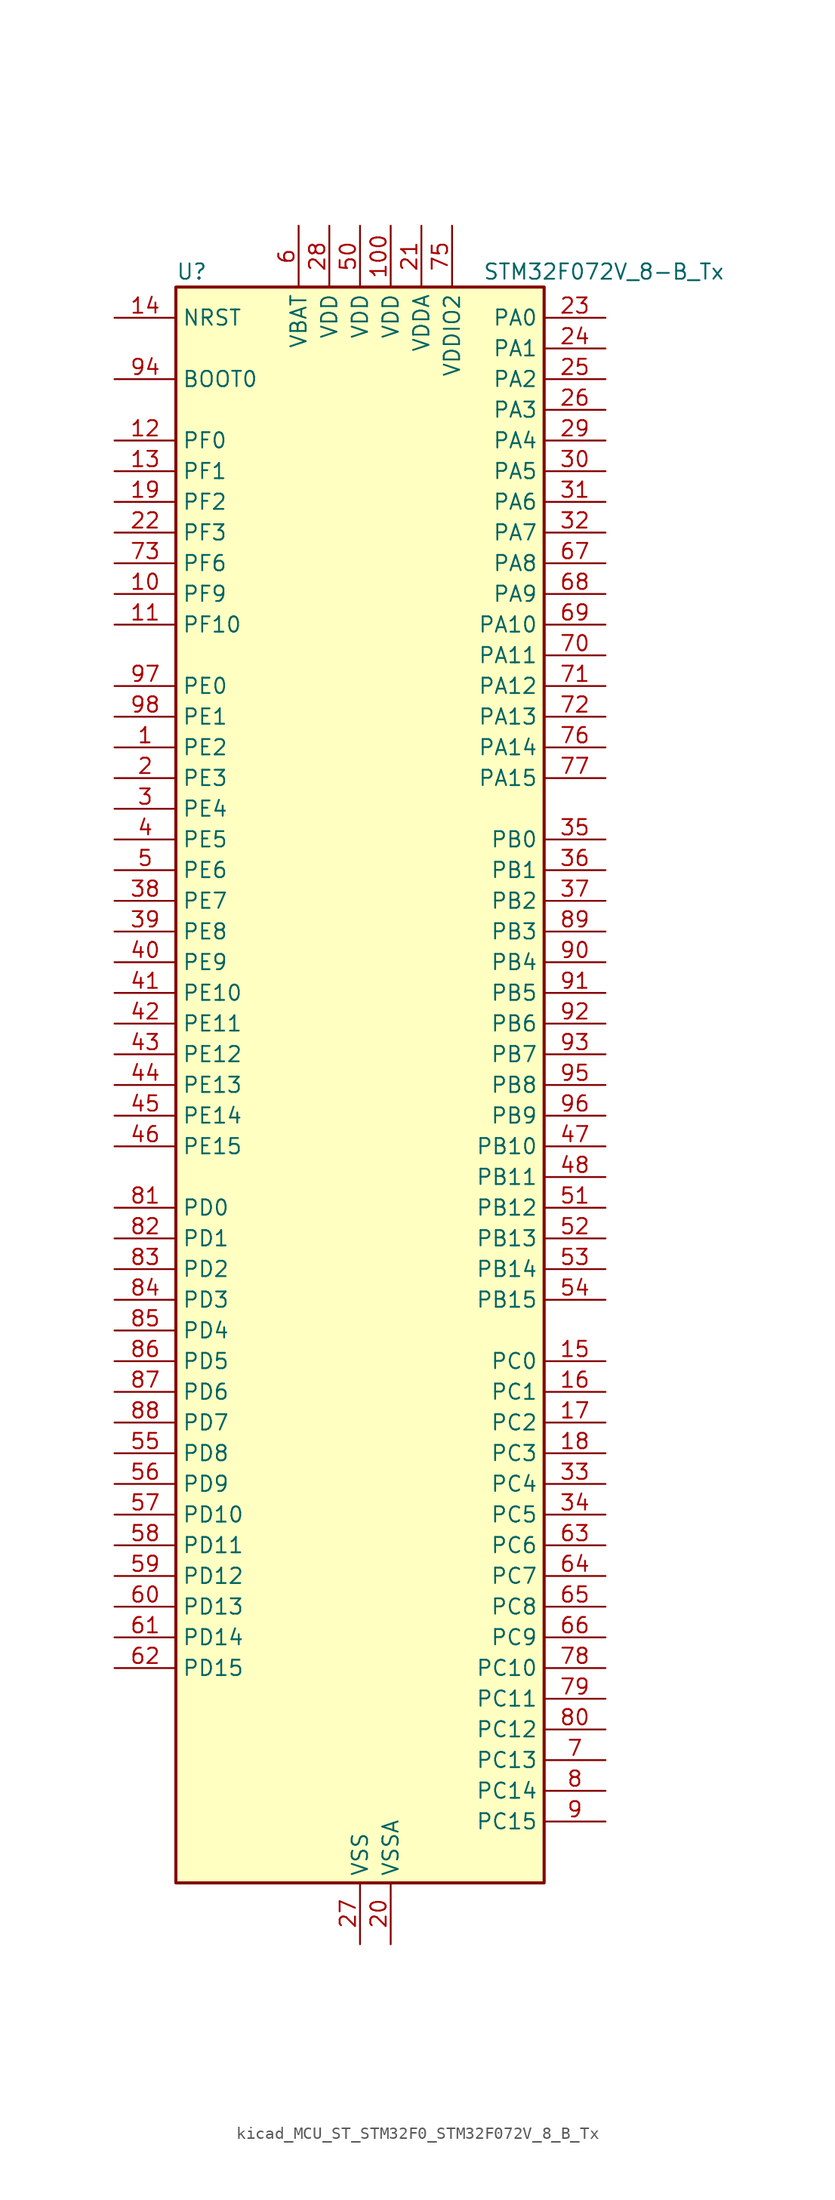
<source format=kicad_sym>
(kicad_symbol_lib
  (version 20220914)
  (generator kicad_symbol_editor)
  (symbol "kicad_MCU_ST_STM32F0_STM32F072V_8_B_Tx"
    (property "Reference" "U"
      (at -15.24 67.31 0)
      (effects (font (size 1.27 1.27)) (justify left)))
    (property "Value" "STM32F072V_8-B_Tx"
      (at 10.16 67.31 0)
      (effects (font (size 1.27 1.27)) (justify left)))
    (property "ki_locked" ""
      (at 0 0 0)
      (effects (font (size 1.27 1.27))))
    (symbol "kicad_MCU_ST_STM32F0_STM32F072V_8_B_Tx_0_1"
      (rectangle (start -15.24 -66.04) (end 15.24 66.04) (stroke (width 0.254) (type default)) (fill (type background))))
    (symbol "kicad_MCU_ST_STM32F0_STM32F072V_8_B_Tx_1_1"
      (pin bidirectional line (at -20.32 27.94 0) (length 5.08) (name "PE2" (effects (font (size 1.27 1.27)))) (number "1" (effects (font (size 1.27 1.27)))) (alternate "TIM3_ETR" bidirectional line) (alternate "TSC_G7_IO1" bidirectional line))
      (pin bidirectional line (at -20.32 40.64 0) (length 5.08) (name "PF9" (effects (font (size 1.27 1.27)))) (number "10" (effects (font (size 1.27 1.27)))) (alternate "DAC_EXTI9" bidirectional line) (alternate "TIM15_CH1" bidirectional line))
      (pin power_in line (at 2.54 71.12 270) (length 5.08) (name "VDD" (effects (font (size 1.27 1.27)))) (number "100" (effects (font (size 1.27 1.27)))))
      (pin bidirectional line (at -20.32 38.1 0) (length 5.08) (name "PF10" (effects (font (size 1.27 1.27)))) (number "11" (effects (font (size 1.27 1.27)))) (alternate "TIM15_CH2" bidirectional line))
      (pin bidirectional line (at -20.32 53.34 0) (length 5.08) (name "PF0" (effects (font (size 1.27 1.27)))) (number "12" (effects (font (size 1.27 1.27)))) (alternate "CRS_SYNC" bidirectional line) (alternate "RCC_OSC_IN" bidirectional line))
      (pin bidirectional line (at -20.32 50.8 0) (length 5.08) (name "PF1" (effects (font (size 1.27 1.27)))) (number "13" (effects (font (size 1.27 1.27)))) (alternate "RCC_OSC_OUT" bidirectional line))
      (pin input line (at -20.32 63.5 0) (length 5.08) (name "NRST" (effects (font (size 1.27 1.27)))) (number "14" (effects (font (size 1.27 1.27)))))
      (pin bidirectional line (at 20.32 -22.86 180) (length 5.08) (name "PC0" (effects (font (size 1.27 1.27)))) (number "15" (effects (font (size 1.27 1.27)))) (alternate "ADC_IN10" bidirectional line))
      (pin bidirectional line (at 20.32 -25.4 180) (length 5.08) (name "PC1" (effects (font (size 1.27 1.27)))) (number "16" (effects (font (size 1.27 1.27)))) (alternate "ADC_IN11" bidirectional line))
      (pin bidirectional line (at 20.32 -27.94 180) (length 5.08) (name "PC2" (effects (font (size 1.27 1.27)))) (number "17" (effects (font (size 1.27 1.27)))) (alternate "ADC_IN12" bidirectional line) (alternate "I2S2_MCK" bidirectional line) (alternate "SPI2_MISO" bidirectional line))
      (pin bidirectional line (at 20.32 -30.48 180) (length 5.08) (name "PC3" (effects (font (size 1.27 1.27)))) (number "18" (effects (font (size 1.27 1.27)))) (alternate "ADC_IN13" bidirectional line) (alternate "I2S2_SD" bidirectional line) (alternate "SPI2_MOSI" bidirectional line))
      (pin bidirectional line (at -20.32 48.26 0) (length 5.08) (name "PF2" (effects (font (size 1.27 1.27)))) (number "19" (effects (font (size 1.27 1.27)))) (alternate "SYS_WKUP8" bidirectional line))
      (pin bidirectional line (at -20.32 25.4 0) (length 5.08) (name "PE3" (effects (font (size 1.27 1.27)))) (number "2" (effects (font (size 1.27 1.27)))) (alternate "TIM3_CH1" bidirectional line) (alternate "TSC_G7_IO2" bidirectional line))
      (pin power_in line (at 2.54 -71.12 90) (length 5.08) (name "VSSA" (effects (font (size 1.27 1.27)))) (number "20" (effects (font (size 1.27 1.27)))))
      (pin power_in line (at 5.08 71.12 270) (length 5.08) (name "VDDA" (effects (font (size 1.27 1.27)))) (number "21" (effects (font (size 1.27 1.27)))))
      (pin bidirectional line (at -20.32 45.72 0) (length 5.08) (name "PF3" (effects (font (size 1.27 1.27)))) (number "22" (effects (font (size 1.27 1.27)))))
      (pin bidirectional line (at 20.32 63.5 180) (length 5.08) (name "PA0" (effects (font (size 1.27 1.27)))) (number "23" (effects (font (size 1.27 1.27)))) (alternate "ADC_IN0" bidirectional line) (alternate "COMP1_INM" bidirectional line) (alternate "COMP1_OUT" bidirectional line) (alternate "RTC_TAMP2" bidirectional line) (alternate "SYS_WKUP1" bidirectional line) (alternate "TIM2_CH1" bidirectional line) (alternate "TIM2_ETR" bidirectional line) (alternate "TSC_G1_IO1" bidirectional line) (alternate "USART2_CTS" bidirectional line) (alternate "USART4_TX" bidirectional line))
      (pin bidirectional line (at 20.32 60.96 180) (length 5.08) (name "PA1" (effects (font (size 1.27 1.27)))) (number "24" (effects (font (size 1.27 1.27)))) (alternate "ADC_IN1" bidirectional line) (alternate "COMP1_INP" bidirectional line) (alternate "TIM15_CH1N" bidirectional line) (alternate "TIM2_CH2" bidirectional line) (alternate "TSC_G1_IO2" bidirectional line) (alternate "USART2_DE" bidirectional line) (alternate "USART2_RTS" bidirectional line) (alternate "USART4_RX" bidirectional line))
      (pin bidirectional line (at 20.32 58.42 180) (length 5.08) (name "PA2" (effects (font (size 1.27 1.27)))) (number "25" (effects (font (size 1.27 1.27)))) (alternate "ADC_IN2" bidirectional line) (alternate "COMP2_INM" bidirectional line) (alternate "COMP2_OUT" bidirectional line) (alternate "SYS_WKUP4" bidirectional line) (alternate "TIM15_CH1" bidirectional line) (alternate "TIM2_CH3" bidirectional line) (alternate "TSC_G1_IO3" bidirectional line) (alternate "USART2_TX" bidirectional line))
      (pin bidirectional line (at 20.32 55.88 180) (length 5.08) (name "PA3" (effects (font (size 1.27 1.27)))) (number "26" (effects (font (size 1.27 1.27)))) (alternate "ADC_IN3" bidirectional line) (alternate "COMP2_INP" bidirectional line) (alternate "TIM15_CH2" bidirectional line) (alternate "TIM2_CH4" bidirectional line) (alternate "TSC_G1_IO4" bidirectional line) (alternate "USART2_RX" bidirectional line))
      (pin power_in line (at 0 -71.12 90) (length 5.08) (name "VSS" (effects (font (size 1.27 1.27)))) (number "27" (effects (font (size 1.27 1.27)))))
      (pin power_in line (at -2.54 71.12 270) (length 5.08) (name "VDD" (effects (font (size 1.27 1.27)))) (number "28" (effects (font (size 1.27 1.27)))))
      (pin bidirectional line (at 20.32 53.34 180) (length 5.08) (name "PA4" (effects (font (size 1.27 1.27)))) (number "29" (effects (font (size 1.27 1.27)))) (alternate "ADC_IN4" bidirectional line) (alternate "COMP1_INM" bidirectional line) (alternate "COMP2_INM" bidirectional line) (alternate "DAC_OUT1" bidirectional line) (alternate "I2S1_WS" bidirectional line) (alternate "SPI1_NSS" bidirectional line) (alternate "TIM14_CH1" bidirectional line) (alternate "TSC_G2_IO1" bidirectional line) (alternate "USART2_CK" bidirectional line))
      (pin bidirectional line (at -20.32 22.86 0) (length 5.08) (name "PE4" (effects (font (size 1.27 1.27)))) (number "3" (effects (font (size 1.27 1.27)))) (alternate "TIM3_CH2" bidirectional line) (alternate "TSC_G7_IO3" bidirectional line))
      (pin bidirectional line (at 20.32 50.8 180) (length 5.08) (name "PA5" (effects (font (size 1.27 1.27)))) (number "30" (effects (font (size 1.27 1.27)))) (alternate "ADC_IN5" bidirectional line) (alternate "CEC" bidirectional line) (alternate "COMP1_INM" bidirectional line) (alternate "COMP2_INM" bidirectional line) (alternate "DAC_OUT2" bidirectional line) (alternate "I2S1_CK" bidirectional line) (alternate "SPI1_SCK" bidirectional line) (alternate "TIM2_CH1" bidirectional line) (alternate "TIM2_ETR" bidirectional line) (alternate "TSC_G2_IO2" bidirectional line))
      (pin bidirectional line (at 20.32 48.26 180) (length 5.08) (name "PA6" (effects (font (size 1.27 1.27)))) (number "31" (effects (font (size 1.27 1.27)))) (alternate "ADC_IN6" bidirectional line) (alternate "COMP1_OUT" bidirectional line) (alternate "I2S1_MCK" bidirectional line) (alternate "SPI1_MISO" bidirectional line) (alternate "TIM16_CH1" bidirectional line) (alternate "TIM1_BKIN" bidirectional line) (alternate "TIM3_CH1" bidirectional line) (alternate "TSC_G2_IO3" bidirectional line) (alternate "USART3_CTS" bidirectional line))
      (pin bidirectional line (at 20.32 45.72 180) (length 5.08) (name "PA7" (effects (font (size 1.27 1.27)))) (number "32" (effects (font (size 1.27 1.27)))) (alternate "ADC_IN7" bidirectional line) (alternate "COMP2_OUT" bidirectional line) (alternate "I2S1_SD" bidirectional line) (alternate "SPI1_MOSI" bidirectional line) (alternate "TIM14_CH1" bidirectional line) (alternate "TIM17_CH1" bidirectional line) (alternate "TIM1_CH1N" bidirectional line) (alternate "TIM3_CH2" bidirectional line) (alternate "TSC_G2_IO4" bidirectional line))
      (pin bidirectional line (at 20.32 -33.02 180) (length 5.08) (name "PC4" (effects (font (size 1.27 1.27)))) (number "33" (effects (font (size 1.27 1.27)))) (alternate "ADC_IN14" bidirectional line) (alternate "USART3_TX" bidirectional line))
      (pin bidirectional line (at 20.32 -35.56 180) (length 5.08) (name "PC5" (effects (font (size 1.27 1.27)))) (number "34" (effects (font (size 1.27 1.27)))) (alternate "ADC_IN15" bidirectional line) (alternate "SYS_WKUP5" bidirectional line) (alternate "TSC_G3_IO1" bidirectional line) (alternate "USART3_RX" bidirectional line))
      (pin bidirectional line (at 20.32 20.32 180) (length 5.08) (name "PB0" (effects (font (size 1.27 1.27)))) (number "35" (effects (font (size 1.27 1.27)))) (alternate "ADC_IN8" bidirectional line) (alternate "TIM1_CH2N" bidirectional line) (alternate "TIM3_CH3" bidirectional line) (alternate "TSC_G3_IO2" bidirectional line) (alternate "USART3_CK" bidirectional line))
      (pin bidirectional line (at 20.32 17.78 180) (length 5.08) (name "PB1" (effects (font (size 1.27 1.27)))) (number "36" (effects (font (size 1.27 1.27)))) (alternate "ADC_IN9" bidirectional line) (alternate "TIM14_CH1" bidirectional line) (alternate "TIM1_CH3N" bidirectional line) (alternate "TIM3_CH4" bidirectional line) (alternate "TSC_G3_IO3" bidirectional line) (alternate "USART3_DE" bidirectional line) (alternate "USART3_RTS" bidirectional line))
      (pin bidirectional line (at 20.32 15.24 180) (length 5.08) (name "PB2" (effects (font (size 1.27 1.27)))) (number "37" (effects (font (size 1.27 1.27)))) (alternate "TSC_G3_IO4" bidirectional line))
      (pin bidirectional line (at -20.32 15.24 0) (length 5.08) (name "PE7" (effects (font (size 1.27 1.27)))) (number "38" (effects (font (size 1.27 1.27)))) (alternate "TIM1_ETR" bidirectional line))
      (pin bidirectional line (at -20.32 12.7 0) (length 5.08) (name "PE8" (effects (font (size 1.27 1.27)))) (number "39" (effects (font (size 1.27 1.27)))) (alternate "TIM1_CH1N" bidirectional line))
      (pin bidirectional line (at -20.32 20.32 0) (length 5.08) (name "PE5" (effects (font (size 1.27 1.27)))) (number "4" (effects (font (size 1.27 1.27)))) (alternate "TIM3_CH3" bidirectional line) (alternate "TSC_G7_IO4" bidirectional line))
      (pin bidirectional line (at -20.32 10.16 0) (length 5.08) (name "PE9" (effects (font (size 1.27 1.27)))) (number "40" (effects (font (size 1.27 1.27)))) (alternate "DAC_EXTI9" bidirectional line) (alternate "TIM1_CH1" bidirectional line))
      (pin bidirectional line (at -20.32 7.62 0) (length 5.08) (name "PE10" (effects (font (size 1.27 1.27)))) (number "41" (effects (font (size 1.27 1.27)))) (alternate "TIM1_CH2N" bidirectional line))
      (pin bidirectional line (at -20.32 5.08 0) (length 5.08) (name "PE11" (effects (font (size 1.27 1.27)))) (number "42" (effects (font (size 1.27 1.27)))) (alternate "TIM1_CH2" bidirectional line))
      (pin bidirectional line (at -20.32 2.54 0) (length 5.08) (name "PE12" (effects (font (size 1.27 1.27)))) (number "43" (effects (font (size 1.27 1.27)))) (alternate "I2S1_WS" bidirectional line) (alternate "SPI1_NSS" bidirectional line) (alternate "TIM1_CH3N" bidirectional line))
      (pin bidirectional line (at -20.32 0 0) (length 5.08) (name "PE13" (effects (font (size 1.27 1.27)))) (number "44" (effects (font (size 1.27 1.27)))) (alternate "I2S1_CK" bidirectional line) (alternate "SPI1_SCK" bidirectional line) (alternate "TIM1_CH3" bidirectional line))
      (pin bidirectional line (at -20.32 -2.54 0) (length 5.08) (name "PE14" (effects (font (size 1.27 1.27)))) (number "45" (effects (font (size 1.27 1.27)))) (alternate "I2S1_MCK" bidirectional line) (alternate "SPI1_MISO" bidirectional line) (alternate "TIM1_CH4" bidirectional line))
      (pin bidirectional line (at -20.32 -5.08 0) (length 5.08) (name "PE15" (effects (font (size 1.27 1.27)))) (number "46" (effects (font (size 1.27 1.27)))) (alternate "I2S1_SD" bidirectional line) (alternate "SPI1_MOSI" bidirectional line) (alternate "TIM1_BKIN" bidirectional line))
      (pin bidirectional line (at 20.32 -5.08 180) (length 5.08) (name "PB10" (effects (font (size 1.27 1.27)))) (number "47" (effects (font (size 1.27 1.27)))) (alternate "CEC" bidirectional line) (alternate "I2C2_SCL" bidirectional line) (alternate "I2S2_CK" bidirectional line) (alternate "SPI2_SCK" bidirectional line) (alternate "TIM2_CH3" bidirectional line) (alternate "TSC_SYNC" bidirectional line) (alternate "USART3_TX" bidirectional line))
      (pin bidirectional line (at 20.32 -7.62 180) (length 5.08) (name "PB11" (effects (font (size 1.27 1.27)))) (number "48" (effects (font (size 1.27 1.27)))) (alternate "I2C2_SDA" bidirectional line) (alternate "TIM2_CH4" bidirectional line) (alternate "TSC_G6_IO1" bidirectional line) (alternate "USART3_RX" bidirectional line))
      (pin passive line (at 0 -71.12 90) (length 5.08) hide (name "VSS" (effects (font (size 1.27 1.27)))) (number "49" (effects (font (size 1.27 1.27)))))
      (pin bidirectional line (at -20.32 17.78 0) (length 5.08) (name "PE6" (effects (font (size 1.27 1.27)))) (number "5" (effects (font (size 1.27 1.27)))) (alternate "RTC_TAMP3" bidirectional line) (alternate "SYS_WKUP3" bidirectional line) (alternate "TIM3_CH4" bidirectional line))
      (pin power_in line (at 0 71.12 270) (length 5.08) (name "VDD" (effects (font (size 1.27 1.27)))) (number "50" (effects (font (size 1.27 1.27)))))
      (pin bidirectional line (at 20.32 -10.16 180) (length 5.08) (name "PB12" (effects (font (size 1.27 1.27)))) (number "51" (effects (font (size 1.27 1.27)))) (alternate "I2S2_WS" bidirectional line) (alternate "SPI2_NSS" bidirectional line) (alternate "TIM15_BKIN" bidirectional line) (alternate "TIM1_BKIN" bidirectional line) (alternate "TSC_G6_IO2" bidirectional line) (alternate "USART3_CK" bidirectional line))
      (pin bidirectional line (at 20.32 -12.7 180) (length 5.08) (name "PB13" (effects (font (size 1.27 1.27)))) (number "52" (effects (font (size 1.27 1.27)))) (alternate "I2C2_SCL" bidirectional line) (alternate "I2S2_CK" bidirectional line) (alternate "SPI2_SCK" bidirectional line) (alternate "TIM1_CH1N" bidirectional line) (alternate "TSC_G6_IO3" bidirectional line) (alternate "USART3_CTS" bidirectional line))
      (pin bidirectional line (at 20.32 -15.24 180) (length 5.08) (name "PB14" (effects (font (size 1.27 1.27)))) (number "53" (effects (font (size 1.27 1.27)))) (alternate "I2C2_SDA" bidirectional line) (alternate "I2S2_MCK" bidirectional line) (alternate "SPI2_MISO" bidirectional line) (alternate "TIM15_CH1" bidirectional line) (alternate "TIM1_CH2N" bidirectional line) (alternate "TSC_G6_IO4" bidirectional line) (alternate "USART3_DE" bidirectional line) (alternate "USART3_RTS" bidirectional line))
      (pin bidirectional line (at 20.32 -17.78 180) (length 5.08) (name "PB15" (effects (font (size 1.27 1.27)))) (number "54" (effects (font (size 1.27 1.27)))) (alternate "I2S2_SD" bidirectional line) (alternate "RTC_REFIN" bidirectional line) (alternate "SPI2_MOSI" bidirectional line) (alternate "SYS_WKUP7" bidirectional line) (alternate "TIM15_CH1N" bidirectional line) (alternate "TIM15_CH2" bidirectional line) (alternate "TIM1_CH3N" bidirectional line))
      (pin bidirectional line (at -20.32 -30.48 0) (length 5.08) (name "PD8" (effects (font (size 1.27 1.27)))) (number "55" (effects (font (size 1.27 1.27)))) (alternate "USART3_TX" bidirectional line))
      (pin bidirectional line (at -20.32 -33.02 0) (length 5.08) (name "PD9" (effects (font (size 1.27 1.27)))) (number "56" (effects (font (size 1.27 1.27)))) (alternate "DAC_EXTI9" bidirectional line) (alternate "USART3_RX" bidirectional line))
      (pin bidirectional line (at -20.32 -35.56 0) (length 5.08) (name "PD10" (effects (font (size 1.27 1.27)))) (number "57" (effects (font (size 1.27 1.27)))) (alternate "USART3_CK" bidirectional line))
      (pin bidirectional line (at -20.32 -38.1 0) (length 5.08) (name "PD11" (effects (font (size 1.27 1.27)))) (number "58" (effects (font (size 1.27 1.27)))) (alternate "USART3_CTS" bidirectional line))
      (pin bidirectional line (at -20.32 -40.64 0) (length 5.08) (name "PD12" (effects (font (size 1.27 1.27)))) (number "59" (effects (font (size 1.27 1.27)))) (alternate "TSC_G8_IO1" bidirectional line) (alternate "USART3_DE" bidirectional line) (alternate "USART3_RTS" bidirectional line))
      (pin power_in line (at -5.08 71.12 270) (length 5.08) (name "VBAT" (effects (font (size 1.27 1.27)))) (number "6" (effects (font (size 1.27 1.27)))))
      (pin bidirectional line (at -20.32 -43.18 0) (length 5.08) (name "PD13" (effects (font (size 1.27 1.27)))) (number "60" (effects (font (size 1.27 1.27)))) (alternate "TSC_G8_IO2" bidirectional line))
      (pin bidirectional line (at -20.32 -45.72 0) (length 5.08) (name "PD14" (effects (font (size 1.27 1.27)))) (number "61" (effects (font (size 1.27 1.27)))) (alternate "TSC_G8_IO3" bidirectional line))
      (pin bidirectional line (at -20.32 -48.26 0) (length 5.08) (name "PD15" (effects (font (size 1.27 1.27)))) (number "62" (effects (font (size 1.27 1.27)))) (alternate "CRS_SYNC" bidirectional line) (alternate "TSC_G8_IO4" bidirectional line))
      (pin bidirectional line (at 20.32 -38.1 180) (length 5.08) (name "PC6" (effects (font (size 1.27 1.27)))) (number "63" (effects (font (size 1.27 1.27)))) (alternate "TIM3_CH1" bidirectional line))
      (pin bidirectional line (at 20.32 -40.64 180) (length 5.08) (name "PC7" (effects (font (size 1.27 1.27)))) (number "64" (effects (font (size 1.27 1.27)))) (alternate "TIM3_CH2" bidirectional line))
      (pin bidirectional line (at 20.32 -43.18 180) (length 5.08) (name "PC8" (effects (font (size 1.27 1.27)))) (number "65" (effects (font (size 1.27 1.27)))) (alternate "TIM3_CH3" bidirectional line))
      (pin bidirectional line (at 20.32 -45.72 180) (length 5.08) (name "PC9" (effects (font (size 1.27 1.27)))) (number "66" (effects (font (size 1.27 1.27)))) (alternate "DAC_EXTI9" bidirectional line) (alternate "TIM3_CH4" bidirectional line))
      (pin bidirectional line (at 20.32 43.18 180) (length 5.08) (name "PA8" (effects (font (size 1.27 1.27)))) (number "67" (effects (font (size 1.27 1.27)))) (alternate "CRS_SYNC" bidirectional line) (alternate "RCC_MCO" bidirectional line) (alternate "TIM1_CH1" bidirectional line) (alternate "USART1_CK" bidirectional line))
      (pin bidirectional line (at 20.32 40.64 180) (length 5.08) (name "PA9" (effects (font (size 1.27 1.27)))) (number "68" (effects (font (size 1.27 1.27)))) (alternate "DAC_EXTI9" bidirectional line) (alternate "TIM15_BKIN" bidirectional line) (alternate "TIM1_CH2" bidirectional line) (alternate "TSC_G4_IO1" bidirectional line) (alternate "USART1_TX" bidirectional line))
      (pin bidirectional line (at 20.32 38.1 180) (length 5.08) (name "PA10" (effects (font (size 1.27 1.27)))) (number "69" (effects (font (size 1.27 1.27)))) (alternate "TIM17_BKIN" bidirectional line) (alternate "TIM1_CH3" bidirectional line) (alternate "TSC_G4_IO2" bidirectional line) (alternate "USART1_RX" bidirectional line))
      (pin bidirectional line (at 20.32 -55.88 180) (length 5.08) (name "PC13" (effects (font (size 1.27 1.27)))) (number "7" (effects (font (size 1.27 1.27)))) (alternate "RTC_OUT_ALARM" bidirectional line) (alternate "RTC_OUT_CALIB" bidirectional line) (alternate "RTC_TAMP1" bidirectional line) (alternate "RTC_TS" bidirectional line) (alternate "SYS_WKUP2" bidirectional line))
      (pin bidirectional line (at 20.32 35.56 180) (length 5.08) (name "PA11" (effects (font (size 1.27 1.27)))) (number "70" (effects (font (size 1.27 1.27)))) (alternate "CAN_RX" bidirectional line) (alternate "COMP1_OUT" bidirectional line) (alternate "TIM1_CH4" bidirectional line) (alternate "TSC_G4_IO3" bidirectional line) (alternate "USART1_CTS" bidirectional line) (alternate "USB_DM" bidirectional line))
      (pin bidirectional line (at 20.32 33.02 180) (length 5.08) (name "PA12" (effects (font (size 1.27 1.27)))) (number "71" (effects (font (size 1.27 1.27)))) (alternate "CAN_TX" bidirectional line) (alternate "COMP2_OUT" bidirectional line) (alternate "TIM1_ETR" bidirectional line) (alternate "TSC_G4_IO4" bidirectional line) (alternate "USART1_DE" bidirectional line) (alternate "USART1_RTS" bidirectional line) (alternate "USB_DP" bidirectional line))
      (pin bidirectional line (at 20.32 30.48 180) (length 5.08) (name "PA13" (effects (font (size 1.27 1.27)))) (number "72" (effects (font (size 1.27 1.27)))) (alternate "IR_OUT" bidirectional line) (alternate "SYS_SWDIO" bidirectional line) (alternate "USB_NOE" bidirectional line))
      (pin bidirectional line (at -20.32 43.18 0) (length 5.08) (name "PF6" (effects (font (size 1.27 1.27)))) (number "73" (effects (font (size 1.27 1.27)))))
      (pin passive line (at 0 -71.12 90) (length 5.08) hide (name "VSS" (effects (font (size 1.27 1.27)))) (number "74" (effects (font (size 1.27 1.27)))))
      (pin power_in line (at 7.62 71.12 270) (length 5.08) (name "VDDIO2" (effects (font (size 1.27 1.27)))) (number "75" (effects (font (size 1.27 1.27)))))
      (pin bidirectional line (at 20.32 27.94 180) (length 5.08) (name "PA14" (effects (font (size 1.27 1.27)))) (number "76" (effects (font (size 1.27 1.27)))) (alternate "SYS_SWCLK" bidirectional line) (alternate "USART2_TX" bidirectional line))
      (pin bidirectional line (at 20.32 25.4 180) (length 5.08) (name "PA15" (effects (font (size 1.27 1.27)))) (number "77" (effects (font (size 1.27 1.27)))) (alternate "I2S1_WS" bidirectional line) (alternate "SPI1_NSS" bidirectional line) (alternate "TIM2_CH1" bidirectional line) (alternate "TIM2_ETR" bidirectional line) (alternate "USART2_RX" bidirectional line) (alternate "USART4_DE" bidirectional line) (alternate "USART4_RTS" bidirectional line))
      (pin bidirectional line (at 20.32 -48.26 180) (length 5.08) (name "PC10" (effects (font (size 1.27 1.27)))) (number "78" (effects (font (size 1.27 1.27)))) (alternate "USART3_TX" bidirectional line) (alternate "USART4_TX" bidirectional line))
      (pin bidirectional line (at 20.32 -50.8 180) (length 5.08) (name "PC11" (effects (font (size 1.27 1.27)))) (number "79" (effects (font (size 1.27 1.27)))) (alternate "USART3_RX" bidirectional line) (alternate "USART4_RX" bidirectional line))
      (pin bidirectional line (at 20.32 -58.42 180) (length 5.08) (name "PC14" (effects (font (size 1.27 1.27)))) (number "8" (effects (font (size 1.27 1.27)))) (alternate "RCC_OSC32_IN" bidirectional line))
      (pin bidirectional line (at 20.32 -53.34 180) (length 5.08) (name "PC12" (effects (font (size 1.27 1.27)))) (number "80" (effects (font (size 1.27 1.27)))) (alternate "USART3_CK" bidirectional line) (alternate "USART4_CK" bidirectional line))
      (pin bidirectional line (at -20.32 -10.16 0) (length 5.08) (name "PD0" (effects (font (size 1.27 1.27)))) (number "81" (effects (font (size 1.27 1.27)))) (alternate "CAN_RX" bidirectional line) (alternate "I2S2_WS" bidirectional line) (alternate "SPI2_NSS" bidirectional line))
      (pin bidirectional line (at -20.32 -12.7 0) (length 5.08) (name "PD1" (effects (font (size 1.27 1.27)))) (number "82" (effects (font (size 1.27 1.27)))) (alternate "CAN_TX" bidirectional line) (alternate "I2S2_CK" bidirectional line) (alternate "SPI2_SCK" bidirectional line))
      (pin bidirectional line (at -20.32 -15.24 0) (length 5.08) (name "PD2" (effects (font (size 1.27 1.27)))) (number "83" (effects (font (size 1.27 1.27)))) (alternate "TIM3_ETR" bidirectional line) (alternate "USART3_DE" bidirectional line) (alternate "USART3_RTS" bidirectional line))
      (pin bidirectional line (at -20.32 -17.78 0) (length 5.08) (name "PD3" (effects (font (size 1.27 1.27)))) (number "84" (effects (font (size 1.27 1.27)))) (alternate "I2S2_MCK" bidirectional line) (alternate "SPI2_MISO" bidirectional line) (alternate "USART2_CTS" bidirectional line))
      (pin bidirectional line (at -20.32 -20.32 0) (length 5.08) (name "PD4" (effects (font (size 1.27 1.27)))) (number "85" (effects (font (size 1.27 1.27)))) (alternate "I2S2_SD" bidirectional line) (alternate "SPI2_MOSI" bidirectional line) (alternate "USART2_DE" bidirectional line) (alternate "USART2_RTS" bidirectional line))
      (pin bidirectional line (at -20.32 -22.86 0) (length 5.08) (name "PD5" (effects (font (size 1.27 1.27)))) (number "86" (effects (font (size 1.27 1.27)))) (alternate "USART2_TX" bidirectional line))
      (pin bidirectional line (at -20.32 -25.4 0) (length 5.08) (name "PD6" (effects (font (size 1.27 1.27)))) (number "87" (effects (font (size 1.27 1.27)))) (alternate "USART2_RX" bidirectional line))
      (pin bidirectional line (at -20.32 -27.94 0) (length 5.08) (name "PD7" (effects (font (size 1.27 1.27)))) (number "88" (effects (font (size 1.27 1.27)))) (alternate "USART2_CK" bidirectional line))
      (pin bidirectional line (at 20.32 12.7 180) (length 5.08) (name "PB3" (effects (font (size 1.27 1.27)))) (number "89" (effects (font (size 1.27 1.27)))) (alternate "I2S1_CK" bidirectional line) (alternate "SPI1_SCK" bidirectional line) (alternate "TIM2_CH2" bidirectional line) (alternate "TSC_G5_IO1" bidirectional line))
      (pin bidirectional line (at 20.32 -60.96 180) (length 5.08) (name "PC15" (effects (font (size 1.27 1.27)))) (number "9" (effects (font (size 1.27 1.27)))) (alternate "RCC_OSC32_OUT" bidirectional line))
      (pin bidirectional line (at 20.32 10.16 180) (length 5.08) (name "PB4" (effects (font (size 1.27 1.27)))) (number "90" (effects (font (size 1.27 1.27)))) (alternate "I2S1_MCK" bidirectional line) (alternate "SPI1_MISO" bidirectional line) (alternate "TIM17_BKIN" bidirectional line) (alternate "TIM3_CH1" bidirectional line) (alternate "TSC_G5_IO2" bidirectional line))
      (pin bidirectional line (at 20.32 7.62 180) (length 5.08) (name "PB5" (effects (font (size 1.27 1.27)))) (number "91" (effects (font (size 1.27 1.27)))) (alternate "I2C1_SMBA" bidirectional line) (alternate "I2S1_SD" bidirectional line) (alternate "SPI1_MOSI" bidirectional line) (alternate "SYS_WKUP6" bidirectional line) (alternate "TIM16_BKIN" bidirectional line) (alternate "TIM3_CH2" bidirectional line))
      (pin bidirectional line (at 20.32 5.08 180) (length 5.08) (name "PB6" (effects (font (size 1.27 1.27)))) (number "92" (effects (font (size 1.27 1.27)))) (alternate "I2C1_SCL" bidirectional line) (alternate "TIM16_CH1N" bidirectional line) (alternate "TSC_G5_IO3" bidirectional line) (alternate "USART1_TX" bidirectional line))
      (pin bidirectional line (at 20.32 2.54 180) (length 5.08) (name "PB7" (effects (font (size 1.27 1.27)))) (number "93" (effects (font (size 1.27 1.27)))) (alternate "I2C1_SDA" bidirectional line) (alternate "TIM17_CH1N" bidirectional line) (alternate "TSC_G5_IO4" bidirectional line) (alternate "USART1_RX" bidirectional line) (alternate "USART4_CTS" bidirectional line))
      (pin input line (at -20.32 58.42 0) (length 5.08) (name "BOOT0" (effects (font (size 1.27 1.27)))) (number "94" (effects (font (size 1.27 1.27)))))
      (pin bidirectional line (at 20.32 0 180) (length 5.08) (name "PB8" (effects (font (size 1.27 1.27)))) (number "95" (effects (font (size 1.27 1.27)))) (alternate "CAN_RX" bidirectional line) (alternate "CEC" bidirectional line) (alternate "I2C1_SCL" bidirectional line) (alternate "TIM16_CH1" bidirectional line) (alternate "TSC_SYNC" bidirectional line))
      (pin bidirectional line (at 20.32 -2.54 180) (length 5.08) (name "PB9" (effects (font (size 1.27 1.27)))) (number "96" (effects (font (size 1.27 1.27)))) (alternate "CAN_TX" bidirectional line) (alternate "DAC_EXTI9" bidirectional line) (alternate "I2C1_SDA" bidirectional line) (alternate "I2S2_WS" bidirectional line) (alternate "IR_OUT" bidirectional line) (alternate "SPI2_NSS" bidirectional line) (alternate "TIM17_CH1" bidirectional line))
      (pin bidirectional line (at -20.32 33.02 0) (length 5.08) (name "PE0" (effects (font (size 1.27 1.27)))) (number "97" (effects (font (size 1.27 1.27)))) (alternate "TIM16_CH1" bidirectional line))
      (pin bidirectional line (at -20.32 30.48 0) (length 5.08) (name "PE1" (effects (font (size 1.27 1.27)))) (number "98" (effects (font (size 1.27 1.27)))) (alternate "TIM17_CH1" bidirectional line))
      (pin passive line (at 0 -71.12 90) (length 5.08) hide (name "VSS" (effects (font (size 1.27 1.27)))) (number "99" (effects (font (size 1.27 1.27))))))))
</source>
